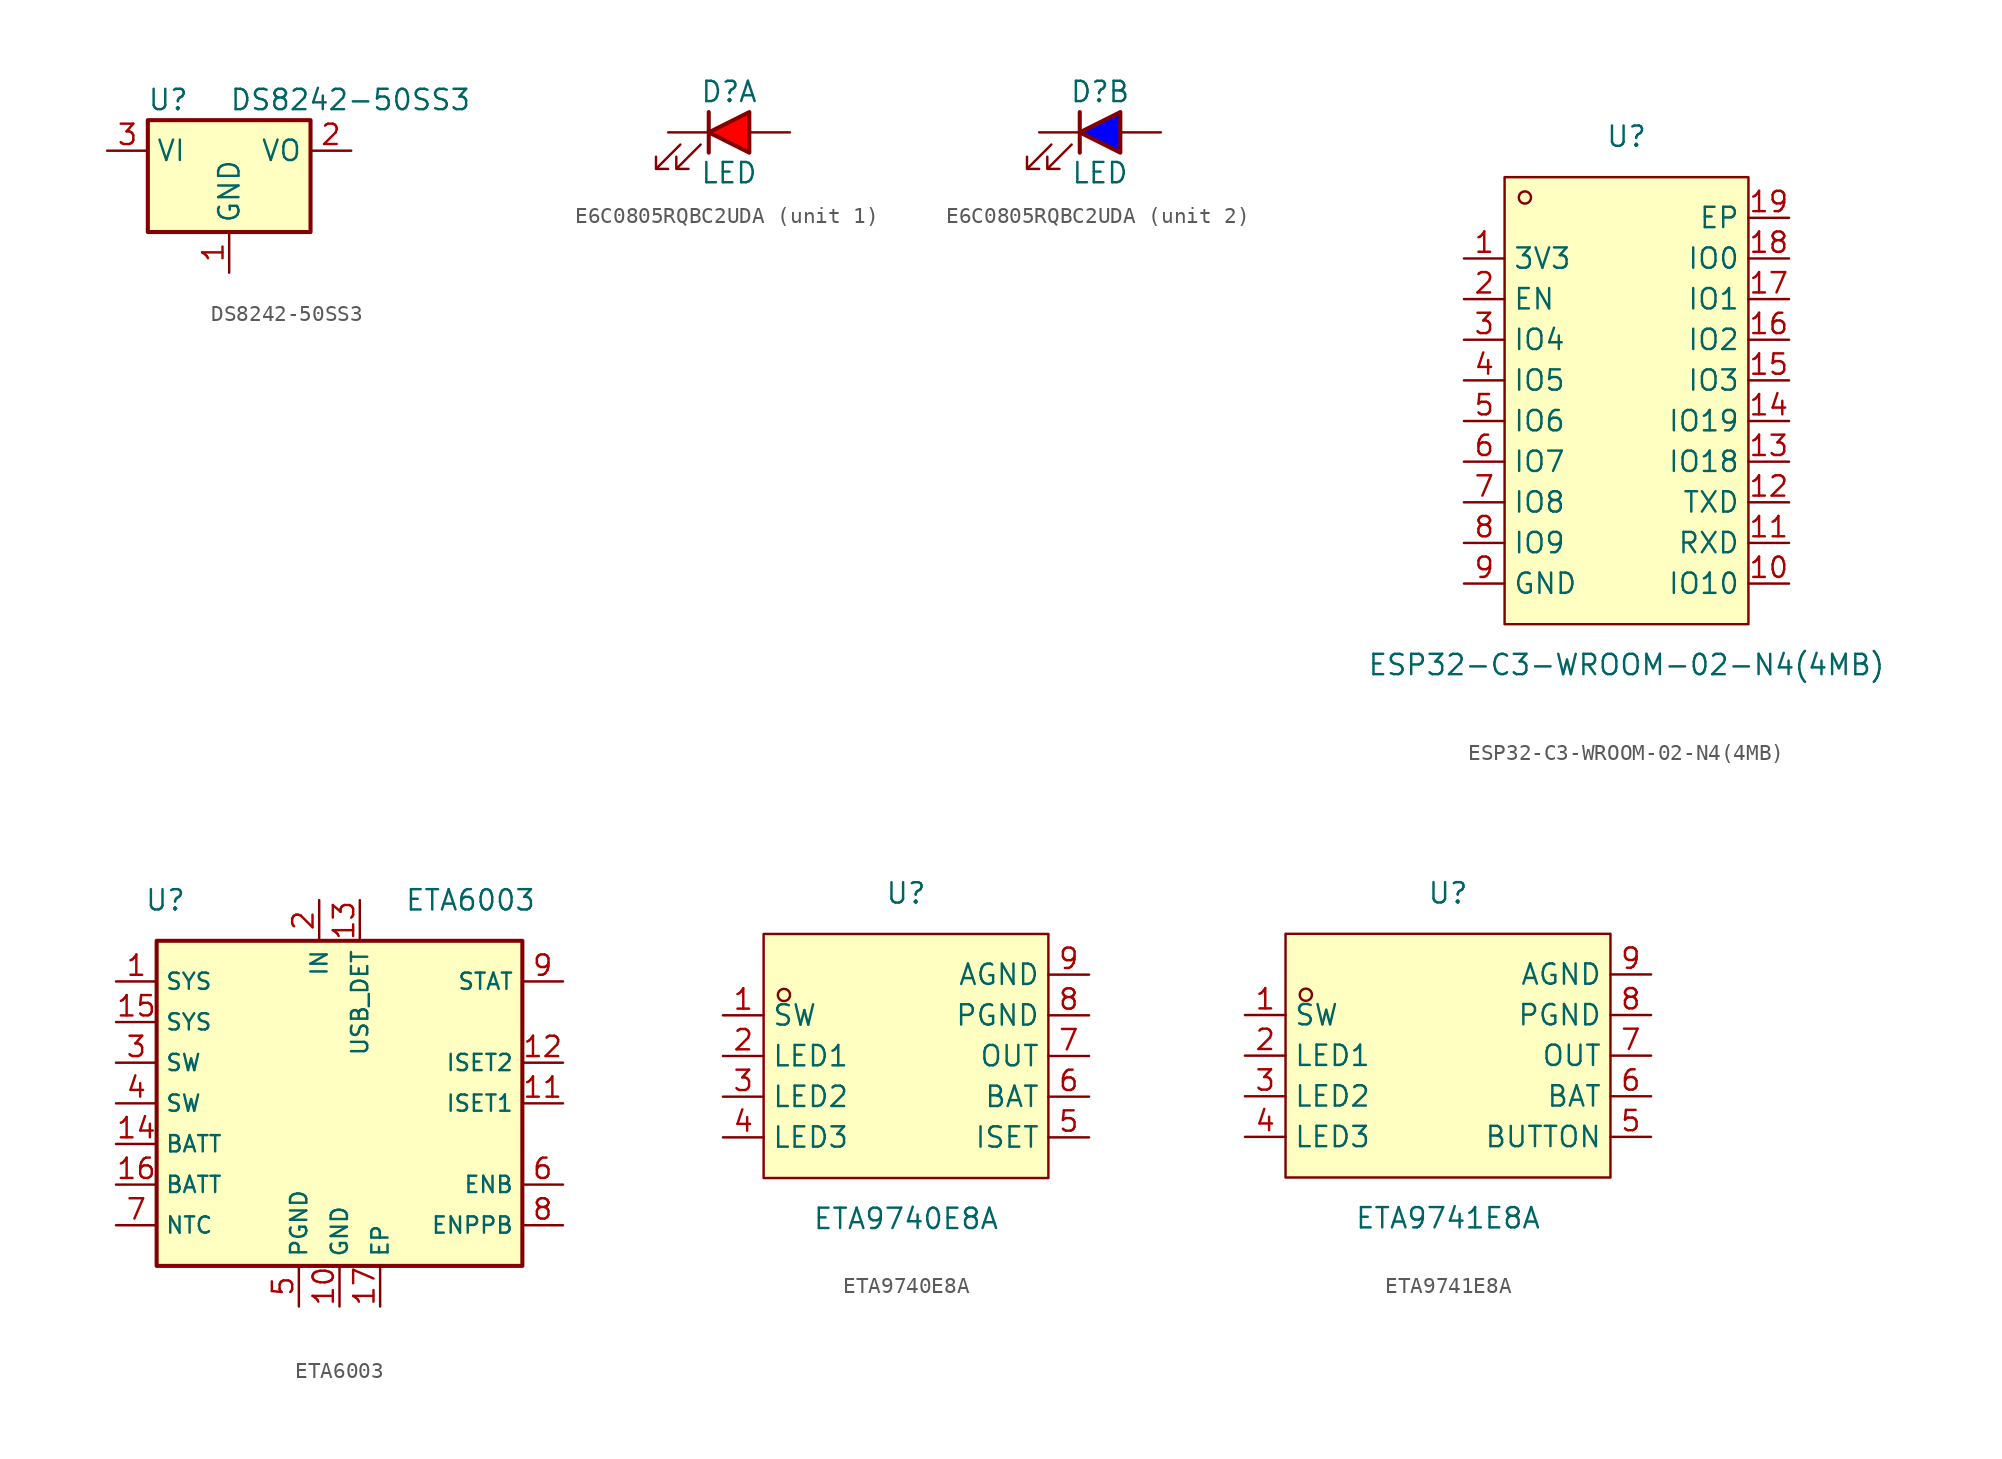
<source format=kicad_sym>
(kicad_symbol_lib
  (version 20231120)
  (generator "kicad_symbol_editor")
  (generator_version "8.0")
  (symbol "DS8242-50SS3"
    (property "Reference" "U"
      (at -3.81 3.175 0)
      (effects (font (size 1.27 1.27))))
    (property "Value" "DS8242-50SS3"
      (at 0 3.175 0)
      (effects (font (size 1.27 1.27)) (justify left)))
    (symbol "DS8242-50SS3_0_1"
      (rectangle (start -5.08 -5.08) (end 5.08 1.905) (stroke (width 0.254) (type default)) (fill (type background))))
    (symbol "DS8242-50SS3_1_1"
      (pin power_in line (at 0 -7.62 90) (length 2.54) (name "GND" (effects (font (size 1.27 1.27)))) (number "1" (effects (font (size 1.27 1.27)))))
      (pin power_out line (at 7.62 0 180) (length 2.54) (name "VO" (effects (font (size 1.27 1.27)))) (number "2" (effects (font (size 1.27 1.27)))))
      (pin power_in line (at -7.62 0 0) (length 2.54) (name "VI" (effects (font (size 1.27 1.27)))) (number "3" (effects (font (size 1.27 1.27)))))))
  (symbol "E6C0805RQBC2UDA"
    (pin_numbers hide)
    (pin_names
      (offset 1.016) hide)
    (property "Reference" "D"
      (at 0 2.54 0)
      (effects (font (size 1.27 1.27))))
    (property "Value" "LED"
      (at 0 -2.54 0)
      (effects (font (size 1.27 1.27))))
    (property "ki_locked" ""
      (at 0 0 0)
      (effects (font (size 1.27 1.27))))
    (symbol "E6C0805RQBC2UDA_0_1"
      (polyline (pts (xy -1.27 -1.27) (xy -1.27 1.27)) (stroke (width 0.254) (type default)) (fill (type none)))
      (polyline (pts (xy -3.048 -0.762) (xy -4.572 -2.286) (xy -3.81 -2.286) (xy -4.572 -2.286) (xy -4.572 -1.524)) (stroke (width 0) (type default)) (fill (type none)))
      (polyline (pts (xy -1.778 -0.762) (xy -3.302 -2.286) (xy -2.54 -2.286) (xy -3.302 -2.286) (xy -3.302 -1.524)) (stroke (width 0) (type default)) (fill (type none))))
    (symbol "E6C0805RQBC2UDA_1_1"
      (polyline (pts (xy 1.27 -1.27) (xy 1.27 1.27) (xy -1.27 0) (xy 1.27 -1.27)) (stroke (width 0.254) (type default)) (fill (type color) (color 255 0 0 1)))
      (pin passive line (at 3.81 0 180) (length 2.54) (name "RED_A" (effects (font (size 1.27 1.27)))) (number "1" (effects (font (size 1.27 1.27)))))
      (pin passive line (at -3.81 0 0) (length 2.54) (name "RED_K" (effects (font (size 1.27 1.27)))) (number "2" (effects (font (size 1.27 1.27))))))
    (symbol "E6C0805RQBC2UDA_2_1"
      (polyline (pts (xy 1.27 -1.27) (xy 1.27 1.27) (xy -1.27 0) (xy 1.27 -1.27)) (stroke (width 0.254) (type default)) (fill (type color) (color 0 0 255 1)))
      (pin passive line (at 3.81 0 180) (length 2.54) (name "BLUE_A" (effects (font (size 1.27 1.27)))) (number "3" (effects (font (size 1.27 1.27)))))
      (pin passive line (at -3.81 0 0) (length 2.54) (name "BLUE_K" (effects (font (size 1.27 1.27)))) (number "4" (effects (font (size 1.27 1.27)))))))
  (symbol "ESP32-C3-WROOM-02-N4(4MB)"
    (property "Reference" "U"
      (at 0 16.51 0)
      (effects (font (size 1.27 1.27))))
    (property "Value" "ESP32-C3-WROOM-02-N4(4MB)"
      (at 0 -16.51 0)
      (effects (font (size 1.27 1.27))))
    (symbol "ESP32-C3-WROOM-02-N4(4MB)_0_1"
      (rectangle (start -7.62 13.97) (end 7.62 -13.97) (stroke (width 0) (type default)) (fill (type background)))
      (circle (center -6.35 12.7) (radius 0.38) (stroke (width 0) (type default)) (fill (type none)))
      (pin unspecified line (at -10.16 8.89 0) (length 2.54) (name "3V3" (effects (font (size 1.27 1.27)))) (number "1" (effects (font (size 1.27 1.27)))))
      (pin unspecified line (at 10.16 -11.43 180) (length 2.54) (name "IO10" (effects (font (size 1.27 1.27)))) (number "10" (effects (font (size 1.27 1.27)))))
      (pin unspecified line (at 10.16 -8.89 180) (length 2.54) (name "RXD" (effects (font (size 1.27 1.27)))) (number "11" (effects (font (size 1.27 1.27)))))
      (pin unspecified line (at 10.16 -6.35 180) (length 2.54) (name "TXD" (effects (font (size 1.27 1.27)))) (number "12" (effects (font (size 1.27 1.27)))))
      (pin unspecified line (at 10.16 -3.81 180) (length 2.54) (name "IO18" (effects (font (size 1.27 1.27)))) (number "13" (effects (font (size 1.27 1.27)))))
      (pin unspecified line (at 10.16 -1.27 180) (length 2.54) (name "IO19" (effects (font (size 1.27 1.27)))) (number "14" (effects (font (size 1.27 1.27)))))
      (pin unspecified line (at 10.16 1.27 180) (length 2.54) (name "IO3" (effects (font (size 1.27 1.27)))) (number "15" (effects (font (size 1.27 1.27)))))
      (pin unspecified line (at 10.16 3.81 180) (length 2.54) (name "IO2" (effects (font (size 1.27 1.27)))) (number "16" (effects (font (size 1.27 1.27)))))
      (pin unspecified line (at 10.16 6.35 180) (length 2.54) (name "IO1" (effects (font (size 1.27 1.27)))) (number "17" (effects (font (size 1.27 1.27)))))
      (pin unspecified line (at 10.16 8.89 180) (length 2.54) (name "IO0" (effects (font (size 1.27 1.27)))) (number "18" (effects (font (size 1.27 1.27)))))
      (pin unspecified line (at 10.16 11.43 180) (length 2.54) (name "EP" (effects (font (size 1.27 1.27)))) (number "19" (effects (font (size 1.27 1.27)))))
      (pin unspecified line (at -10.16 6.35 0) (length 2.54) (name "EN" (effects (font (size 1.27 1.27)))) (number "2" (effects (font (size 1.27 1.27)))))
      (pin unspecified line (at -10.16 3.81 0) (length 2.54) (name "IO4" (effects (font (size 1.27 1.27)))) (number "3" (effects (font (size 1.27 1.27)))))
      (pin unspecified line (at -10.16 1.27 0) (length 2.54) (name "IO5" (effects (font (size 1.27 1.27)))) (number "4" (effects (font (size 1.27 1.27)))))
      (pin unspecified line (at -10.16 -1.27 0) (length 2.54) (name "IO6" (effects (font (size 1.27 1.27)))) (number "5" (effects (font (size 1.27 1.27)))))
      (pin unspecified line (at -10.16 -3.81 0) (length 2.54) (name "IO7" (effects (font (size 1.27 1.27)))) (number "6" (effects (font (size 1.27 1.27)))))
      (pin unspecified line (at -10.16 -6.35 0) (length 2.54) (name "IO8" (effects (font (size 1.27 1.27)))) (number "7" (effects (font (size 1.27 1.27)))))
      (pin unspecified line (at -10.16 -8.89 0) (length 2.54) (name "IO9" (effects (font (size 1.27 1.27)))) (number "8" (effects (font (size 1.27 1.27)))))
      (pin unspecified line (at -10.16 -11.43 0) (length 2.54) (name "GND" (effects (font (size 1.27 1.27)))) (number "9" (effects (font (size 1.27 1.27)))))))
  (symbol "ETA6003"
    (property "Reference" "U"
      (at -12.192 12.7 0)
      (effects (font (size 1.27 1.27)) (justify left)))
    (property "Value" "ETA6003"
      (at 4.064 12.7 0)
      (effects (font (size 1.27 1.27)) (justify left)))
    (symbol "ETA6003_0_1"
      (rectangle (start -11.43 10.16) (end 11.43 -10.16) (stroke (width 0.254) (type default)) (fill (type background))))
    (symbol "ETA6003_1_1"
      (pin power_out line (at -13.97 7.62 0) (length 2.54) (name "SYS" (effects (font (size 1.016 1.016)))) (number "1" (effects (font (size 1.27 1.27)))))
      (pin power_in line (at 0 -12.7 90) (length 2.54) (name "GND" (effects (font (size 1.016 1.016)))) (number "10" (effects (font (size 1.27 1.27)))))
      (pin passive line (at 13.97 0 180) (length 2.54) (name "ISET1" (effects (font (size 1.016 1.016)))) (number "11" (effects (font (size 1.27 1.27)))))
      (pin passive line (at 13.97 2.54 180) (length 2.54) (name "ISET2" (effects (font (size 1.016 1.016)))) (number "12" (effects (font (size 1.27 1.27)))))
      (pin passive line (at 1.27 12.7 270) (length 2.54) (name "USB_DET" (effects (font (size 1.016 1.016)))) (number "13" (effects (font (size 1.27 1.27)))))
      (pin passive line (at -13.97 -2.54 0) (length 2.54) (name "BATT" (effects (font (size 1.016 1.016)))) (number "14" (effects (font (size 1.27 1.27)))))
      (pin passive line (at -13.97 5.08 0) (length 2.54) (name "SYS" (effects (font (size 1.016 1.016)))) (number "15" (effects (font (size 1.27 1.27)))))
      (pin passive line (at -13.97 -5.08 0) (length 2.54) (name "BATT" (effects (font (size 1.016 1.016)))) (number "16" (effects (font (size 1.27 1.27)))))
      (pin passive line (at 2.54 -12.7 90) (length 2.54) (name "EP" (effects (font (size 1.016 1.016)))) (number "17" (effects (font (size 1.27 1.27)))))
      (pin power_in line (at -1.27 12.7 270) (length 2.54) (name "IN" (effects (font (size 1.016 1.016)))) (number "2" (effects (font (size 1.27 1.27)))))
      (pin passive line (at -13.97 2.54 0) (length 2.54) (name "SW" (effects (font (size 1.016 1.016)))) (number "3" (effects (font (size 1.27 1.27)))))
      (pin passive line (at -13.97 0 0) (length 2.54) (name "SW" (effects (font (size 1.016 1.016)))) (number "4" (effects (font (size 1.27 1.27)))))
      (pin power_in line (at -2.54 -12.7 90) (length 2.54) (name "PGND" (effects (font (size 1.016 1.016)))) (number "5" (effects (font (size 1.27 1.27)))))
      (pin passive line (at 13.97 -5.08 180) (length 2.54) (name "ENB" (effects (font (size 1.016 1.016)))) (number "6" (effects (font (size 1.27 1.27)))))
      (pin passive line (at -13.97 -7.62 0) (length 2.54) (name "NTC" (effects (font (size 1.016 1.016)))) (number "7" (effects (font (size 1.27 1.27)))))
      (pin passive line (at 13.97 -7.62 180) (length 2.54) (name "ENPPB" (effects (font (size 1.016 1.016)))) (number "8" (effects (font (size 1.27 1.27)))))
      (pin open_collector line (at 13.97 7.62 180) (length 2.54) (name "STAT" (effects (font (size 1.016 1.016)))) (number "9" (effects (font (size 1.27 1.27)))))))
  (symbol "ETA9740E8A"
    (property "Reference" "U"
      (at 0 10.16 0)
      (effects (font (size 1.27 1.27))))
    (property "Value" "ETA9740E8A"
      (at 0 -10.16 0)
      (effects (font (size 1.27 1.27))))
    (symbol "ETA9740E8A_0_1"
      (rectangle (start -8.89 7.62) (end 8.89 -7.62) (stroke (width 0) (type default)) (fill (type background)))
      (circle (center -7.62 3.81) (radius 0.38) (stroke (width 0) (type default)) (fill (type none))))
    (symbol "ETA9740E8A_1_1"
      (pin passive line (at -11.43 2.54 0) (length 2.54) (name "SW" (effects (font (size 1.27 1.27)))) (number "1" (effects (font (size 1.27 1.27)))))
      (pin bidirectional line (at -11.43 0 0) (length 2.54) (name "LED1" (effects (font (size 1.27 1.27)))) (number "2" (effects (font (size 1.27 1.27)))))
      (pin bidirectional line (at -11.43 -2.54 0) (length 2.54) (name "LED2" (effects (font (size 1.27 1.27)))) (number "3" (effects (font (size 1.27 1.27)))))
      (pin bidirectional line (at -11.43 -5.08 0) (length 2.54) (name "LED3" (effects (font (size 1.27 1.27)))) (number "4" (effects (font (size 1.27 1.27)))))
      (pin passive line (at 11.43 -5.08 180) (length 2.54) (name "ISET" (effects (font (size 1.27 1.27)))) (number "5" (effects (font (size 1.27 1.27)))))
      (pin passive line (at 11.43 -2.54 180) (length 2.54) (name "BAT" (effects (font (size 1.27 1.27)))) (number "6" (effects (font (size 1.27 1.27)))))
      (pin power_in line (at 11.43 0 180) (length 2.54) (name "OUT" (effects (font (size 1.27 1.27)))) (number "7" (effects (font (size 1.27 1.27)))))
      (pin power_in line (at 11.43 2.54 180) (length 2.54) (name "PGND" (effects (font (size 1.27 1.27)))) (number "8" (effects (font (size 1.27 1.27)))))
      (pin power_in line (at 11.43 5.08 180) (length 2.54) (name "AGND" (effects (font (size 1.27 1.27)))) (number "9" (effects (font (size 1.27 1.27)))))))
  (symbol "ETA9741E8A"
    (property "Reference" "U"
      (at 0 10.16 0)
      (effects (font (size 1.27 1.27))))
    (property "Value" "ETA9741E8A"
      (at 0 -10.16 0)
      (effects (font (size 1.27 1.27))))
    (symbol "ETA9741E8A_0_1"
      (rectangle (start -10.16 7.62) (end 10.16 -7.62) (stroke (width 0) (type default)) (fill (type background)))
      (circle (center -8.89 3.81) (radius 0.38) (stroke (width 0) (type default)) (fill (type none)))
      (pin unspecified line (at -12.7 2.54 0) (length 2.54) (name "SW" (effects (font (size 1.27 1.27)))) (number "1" (effects (font (size 1.27 1.27)))))
      (pin unspecified line (at -12.7 0 0) (length 2.54) (name "LED1" (effects (font (size 1.27 1.27)))) (number "2" (effects (font (size 1.27 1.27)))))
      (pin unspecified line (at -12.7 -2.54 0) (length 2.54) (name "LED2" (effects (font (size 1.27 1.27)))) (number "3" (effects (font (size 1.27 1.27)))))
      (pin unspecified line (at -12.7 -5.08 0) (length 2.54) (name "LED3" (effects (font (size 1.27 1.27)))) (number "4" (effects (font (size 1.27 1.27)))))
      (pin unspecified line (at 12.7 -5.08 180) (length 2.54) (name "BUTTON" (effects (font (size 1.27 1.27)))) (number "5" (effects (font (size 1.27 1.27)))))
      (pin unspecified line (at 12.7 -2.54 180) (length 2.54) (name "BAT" (effects (font (size 1.27 1.27)))) (number "6" (effects (font (size 1.27 1.27)))))
      (pin unspecified line (at 12.7 0 180) (length 2.54) (name "OUT" (effects (font (size 1.27 1.27)))) (number "7" (effects (font (size 1.27 1.27)))))
      (pin unspecified line (at 12.7 2.54 180) (length 2.54) (name "PGND" (effects (font (size 1.27 1.27)))) (number "8" (effects (font (size 1.27 1.27)))))
      (pin unspecified line (at 12.7 5.08 180) (length 2.54) (name "AGND" (effects (font (size 1.27 1.27)))) (number "9" (effects (font (size 1.27 1.27))))))))
</source>
